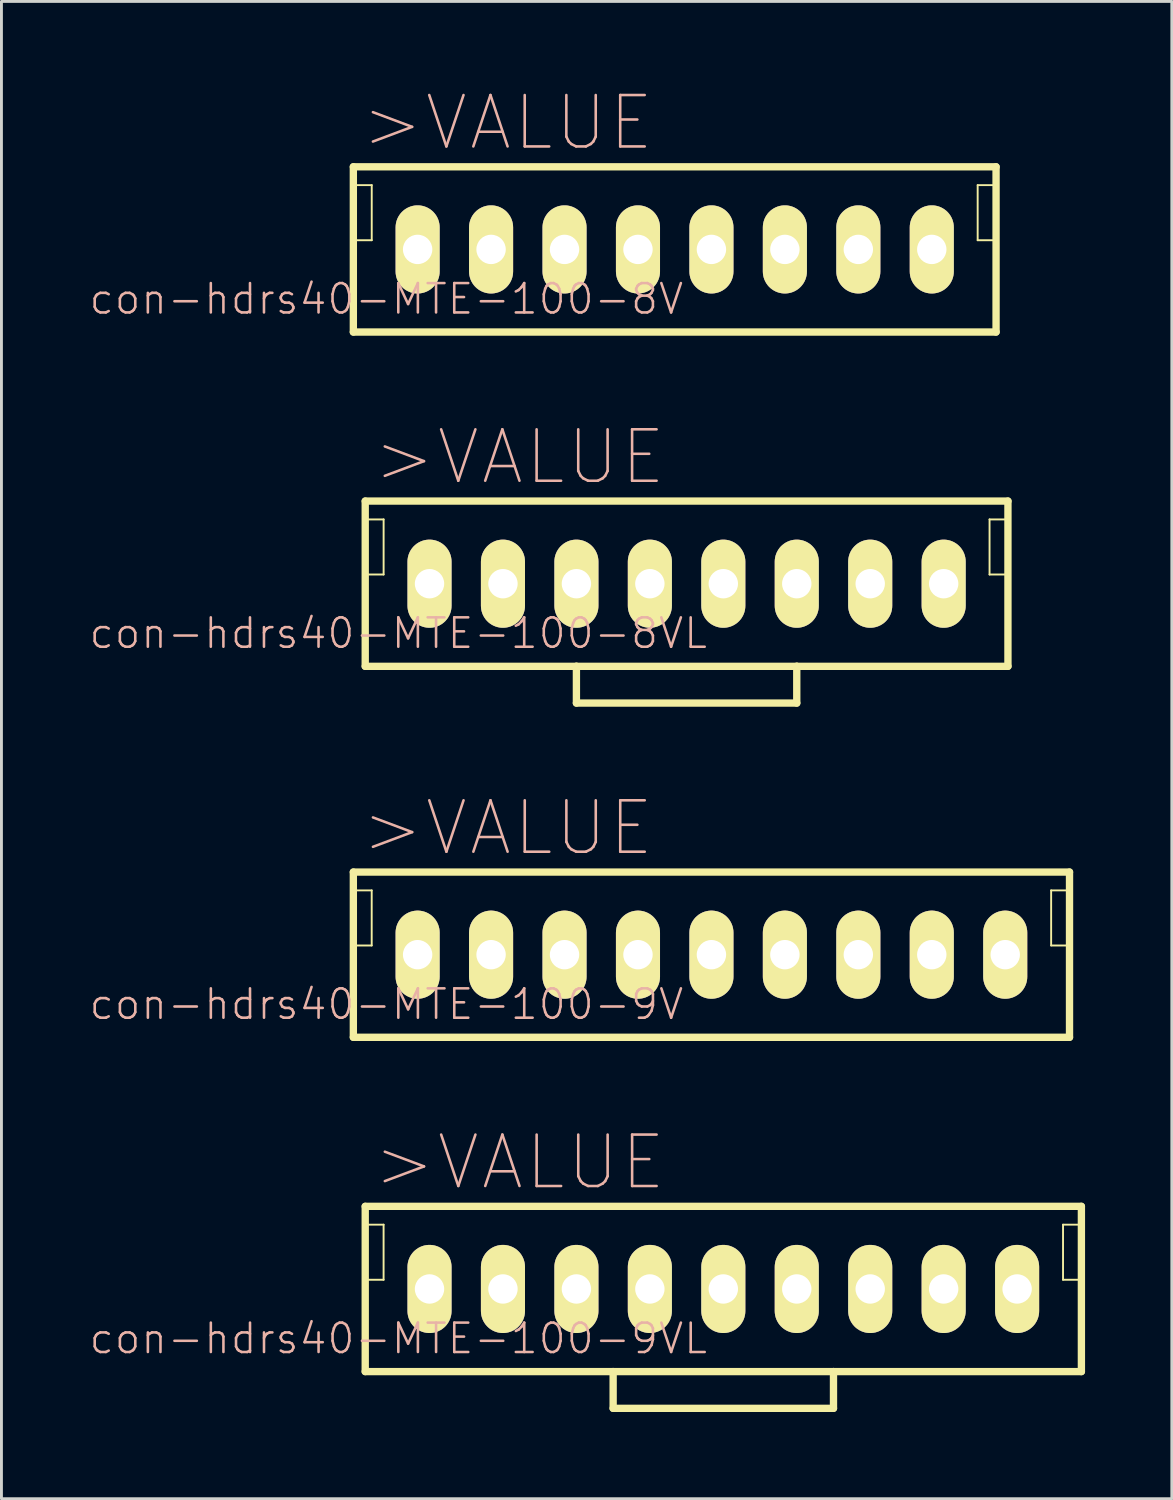
<source format=kicad_pcb>
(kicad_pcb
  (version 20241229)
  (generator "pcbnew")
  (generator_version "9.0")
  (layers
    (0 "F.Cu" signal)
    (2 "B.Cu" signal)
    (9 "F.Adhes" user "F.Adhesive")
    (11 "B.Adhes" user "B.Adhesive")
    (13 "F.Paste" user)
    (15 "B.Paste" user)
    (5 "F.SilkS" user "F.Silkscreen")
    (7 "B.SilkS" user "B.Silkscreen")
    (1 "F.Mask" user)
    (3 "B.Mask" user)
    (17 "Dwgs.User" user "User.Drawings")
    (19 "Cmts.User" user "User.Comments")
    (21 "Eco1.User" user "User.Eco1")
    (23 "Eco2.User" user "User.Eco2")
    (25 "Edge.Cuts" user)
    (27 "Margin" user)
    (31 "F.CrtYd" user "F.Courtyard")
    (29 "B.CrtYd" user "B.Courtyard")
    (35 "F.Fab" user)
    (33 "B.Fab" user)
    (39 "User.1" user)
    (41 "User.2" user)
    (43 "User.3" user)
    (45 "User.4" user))
  (footprint "con-hdrs40-MTE-100-9V"
    (layer "F.Cu")
    (at 21.552 29.964)
    (property "Reference" "con-hdrs40-MTE-100-9V" (at -11.239 1.714 0) (layer "B.SilkS") (effects (font (size 1.016 1.016) (thickness 0.089))))
    (attr exclude_from_pos_files exclude_from_bom)
    (fp_line (start -12.383 -2.857) (end -12.383 2.857) (stroke (width 0.254) (type solid)) (layer "F.SilkS"))
    (fp_line (start -12.383 -2.223) (end -11.748 -2.223) (stroke (width 0.066) (type solid)) (layer "F.SilkS"))
    (fp_line (start -12.383 -0.318) (end -12.383 -2.223) (stroke (width 0.066) (type solid)) (layer "F.SilkS"))
    (fp_line (start -12.383 -0.318) (end -11.748 -0.318) (stroke (width 0.066) (type solid)) (layer "F.SilkS"))
    (fp_line (start -12.383 2.857) (end 12.383 2.857) (stroke (width 0.254) (type solid)) (layer "F.SilkS"))
    (fp_line (start -11.748 -0.318) (end -11.748 -2.223) (stroke (width 0.066) (type solid)) (layer "F.SilkS"))
    (fp_line (start 11.748 -2.223) (end 12.383 -2.223) (stroke (width 0.066) (type solid)) (layer "F.SilkS"))
    (fp_line (start 11.748 -0.318) (end 11.748 -2.223) (stroke (width 0.066) (type solid)) (layer "F.SilkS"))
    (fp_line (start 11.748 -0.318) (end 12.383 -0.318) (stroke (width 0.066) (type solid)) (layer "F.SilkS"))
    (fp_line (start 12.383 -2.857) (end -12.383 -2.857) (stroke (width 0.254) (type solid)) (layer "F.SilkS"))
    (fp_line (start 12.383 -0.318) (end 12.383 -2.223) (stroke (width 0.066) (type solid)) (layer "F.SilkS"))
    (fp_line (start 12.383 2.857) (end 12.383 -2.857) (stroke (width 0.254) (type solid)) (layer "F.SilkS"))
    (fp_text user ">VALUE" (at -7.048 -4.379 0) (layer "B.SilkS") (effects (font (size 1.778 1.778) (thickness 0.089))))
    (pad "1" thru_hole oval (at -10.16 0) (size 1.524 3.048) (drill 1.016) (layers "*.Cu" "F.Mask" "F.SilkS" "F.Paste"))
    (pad "2" thru_hole oval (at -7.62 0) (size 1.524 3.048) (drill 1.016) (layers "*.Cu" "F.Mask" "F.SilkS" "F.Paste"))
    (pad "3" thru_hole oval (at -5.08 0) (size 1.524 3.048) (drill 1.016) (layers "*.Cu" "F.Mask" "F.SilkS" "F.Paste"))
    (pad "4" thru_hole oval (at -2.54 0) (size 1.524 3.048) (drill 1.016) (layers "*.Cu" "F.Mask" "F.SilkS" "F.Paste"))
    (pad "5" thru_hole oval (at 0 0) (size 1.524 3.048) (drill 1.016) (layers "*.Cu" "F.Mask" "F.SilkS" "F.Paste"))
    (pad "6" thru_hole oval (at 2.54 0) (size 1.524 3.048) (drill 1.016) (layers "*.Cu" "F.Mask" "F.SilkS" "F.Paste"))
    (pad "7" thru_hole oval (at 5.08 0) (size 1.524 3.048) (drill 1.016) (layers "*.Cu" "F.Mask" "F.SilkS" "F.Paste"))
    (pad "8" thru_hole oval (at 7.62 0) (size 1.524 3.048) (drill 1.016) (layers "*.Cu" "F.Mask" "F.SilkS" "F.Paste"))
    (pad "9" thru_hole oval (at 10.16 0) (size 1.524 3.048) (drill 1.016) (layers "*.Cu" "F.Mask" "F.SilkS" "F.Paste")))
  (footprint "con-hdrs40-MTE-100-8V"
    (layer "F.Cu")
    (at 20.282 5.575)
    (property "Reference" "con-hdrs40-MTE-100-8V" (at -9.97 1.714 0) (layer "B.SilkS") (effects (font (size 1.016 1.016) (thickness 0.089))))
    (attr exclude_from_pos_files exclude_from_bom)
    (fp_line (start -11.113 -2.857) (end -11.113 2.857) (stroke (width 0.254) (type solid)) (layer "F.SilkS"))
    (fp_line (start -11.113 -2.223) (end -10.477 -2.223) (stroke (width 0.066) (type solid)) (layer "F.SilkS"))
    (fp_line (start -11.113 -0.318) (end -11.113 -2.223) (stroke (width 0.066) (type solid)) (layer "F.SilkS"))
    (fp_line (start -11.113 -0.318) (end -10.477 -0.318) (stroke (width 0.066) (type solid)) (layer "F.SilkS"))
    (fp_line (start -11.113 2.857) (end 11.113 2.857) (stroke (width 0.254) (type solid)) (layer "F.SilkS"))
    (fp_line (start -10.477 -0.318) (end -10.477 -2.223) (stroke (width 0.066) (type solid)) (layer "F.SilkS"))
    (fp_line (start 10.477 -2.223) (end 11.113 -2.223) (stroke (width 0.066) (type solid)) (layer "F.SilkS"))
    (fp_line (start 10.477 -0.318) (end 10.477 -2.223) (stroke (width 0.066) (type solid)) (layer "F.SilkS"))
    (fp_line (start 10.477 -0.318) (end 11.113 -0.318) (stroke (width 0.066) (type solid)) (layer "F.SilkS"))
    (fp_line (start 11.113 -2.857) (end -11.113 -2.857) (stroke (width 0.254) (type solid)) (layer "F.SilkS"))
    (fp_line (start 11.113 -0.318) (end 11.113 -2.223) (stroke (width 0.066) (type solid)) (layer "F.SilkS"))
    (fp_line (start 11.113 2.857) (end 11.113 -2.857) (stroke (width 0.254) (type solid)) (layer "F.SilkS"))
    (fp_text user ">VALUE" (at -5.779 -4.379 0) (layer "B.SilkS") (effects (font (size 1.778 1.778) (thickness 0.089))))
    (pad "1" thru_hole oval (at -8.89 0) (size 1.524 3.048) (drill 1.016) (layers "*.Cu" "F.Mask" "F.SilkS" "F.Paste"))
    (pad "2" thru_hole oval (at -6.35 0) (size 1.524 3.048) (drill 1.016) (layers "*.Cu" "F.Mask" "F.SilkS" "F.Paste"))
    (pad "3" thru_hole oval (at -3.81 0) (size 1.524 3.048) (drill 1.016) (layers "*.Cu" "F.Mask" "F.SilkS" "F.Paste"))
    (pad "4" thru_hole oval (at -1.27 0) (size 1.524 3.048) (drill 1.016) (layers "*.Cu" "F.Mask" "F.SilkS" "F.Paste"))
    (pad "5" thru_hole oval (at 1.27 0) (size 1.524 3.048) (drill 1.016) (layers "*.Cu" "F.Mask" "F.SilkS" "F.Paste"))
    (pad "6" thru_hole oval (at 3.81 0) (size 1.524 3.048) (drill 1.016) (layers "*.Cu" "F.Mask" "F.SilkS" "F.Paste"))
    (pad "7" thru_hole oval (at 6.35 0) (size 1.524 3.048) (drill 1.016) (layers "*.Cu" "F.Mask" "F.SilkS" "F.Paste"))
    (pad "8" thru_hole oval (at 8.89 0) (size 1.524 3.048) (drill 1.016) (layers "*.Cu" "F.Mask" "F.SilkS" "F.Paste")))
  (footprint "con-hdrs40-MTE-100-9VL"
    (layer "F.Cu")
    (at 21.963 41.524)
    (property "Reference" "con-hdrs40-MTE-100-9VL" (at -11.239 1.714 0) (layer "B.SilkS") (effects (font (size 1.016 1.016) (thickness 0.089))))
    (attr exclude_from_pos_files exclude_from_bom)
    (fp_line (start -12.383 -2.857) (end -12.383 2.857) (stroke (width 0.254) (type solid)) (layer "F.SilkS"))
    (fp_line (start -12.383 -2.223) (end -11.748 -2.223) (stroke (width 0.066) (type solid)) (layer "F.SilkS"))
    (fp_line (start -12.383 -0.318) (end -12.383 -2.223) (stroke (width 0.066) (type solid)) (layer "F.SilkS"))
    (fp_line (start -12.383 -0.318) (end -11.748 -0.318) (stroke (width 0.066) (type solid)) (layer "F.SilkS"))
    (fp_line (start -12.383 2.857) (end -3.81 2.857) (stroke (width 0.254) (type solid)) (layer "F.SilkS"))
    (fp_line (start -11.748 -0.318) (end -11.748 -2.223) (stroke (width 0.066) (type solid)) (layer "F.SilkS"))
    (fp_line (start -3.81 2.857) (end 3.81 2.857) (stroke (width 0.254) (type solid)) (layer "F.SilkS"))
    (fp_line (start -3.81 4.128) (end -3.81 2.857) (stroke (width 0.254) (type solid)) (layer "F.SilkS"))
    (fp_line (start 3.81 2.857) (end 3.81 4.128) (stroke (width 0.254) (type solid)) (layer "F.SilkS"))
    (fp_line (start 3.81 2.857) (end 12.383 2.857) (stroke (width 0.254) (type solid)) (layer "F.SilkS"))
    (fp_line (start 3.81 4.128) (end -3.81 4.128) (stroke (width 0.254) (type solid)) (layer "F.SilkS"))
    (fp_line (start 11.748 -2.223) (end 12.383 -2.223) (stroke (width 0.066) (type solid)) (layer "F.SilkS"))
    (fp_line (start 11.748 -0.318) (end 11.748 -2.223) (stroke (width 0.066) (type solid)) (layer "F.SilkS"))
    (fp_line (start 11.748 -0.318) (end 12.383 -0.318) (stroke (width 0.066) (type solid)) (layer "F.SilkS"))
    (fp_line (start 12.383 -2.857) (end -12.383 -2.857) (stroke (width 0.254) (type solid)) (layer "F.SilkS"))
    (fp_line (start 12.383 -0.318) (end 12.383 -2.223) (stroke (width 0.066) (type solid)) (layer "F.SilkS"))
    (fp_line (start 12.383 2.857) (end 12.383 -2.857) (stroke (width 0.254) (type solid)) (layer "F.SilkS"))
    (fp_text user ">VALUE" (at -7.048 -4.379 0) (layer "B.SilkS") (effects (font (size 1.778 1.778) (thickness 0.089))))
    (pad "1" thru_hole oval (at -10.16 0) (size 1.524 3.048) (drill 1.016) (layers "*.Cu" "F.Mask" "F.SilkS" "F.Paste"))
    (pad "2" thru_hole oval (at -7.62 0) (size 1.524 3.048) (drill 1.016) (layers "*.Cu" "F.Mask" "F.SilkS" "F.Paste"))
    (pad "3" thru_hole oval (at -5.08 0) (size 1.524 3.048) (drill 1.016) (layers "*.Cu" "F.Mask" "F.SilkS" "F.Paste"))
    (pad "4" thru_hole oval (at -2.54 0) (size 1.524 3.048) (drill 1.016) (layers "*.Cu" "F.Mask" "F.SilkS" "F.Paste"))
    (pad "5" thru_hole oval (at 0 0) (size 1.524 3.048) (drill 1.016) (layers "*.Cu" "F.Mask" "F.SilkS" "F.Paste"))
    (pad "6" thru_hole oval (at 2.54 0) (size 1.524 3.048) (drill 1.016) (layers "*.Cu" "F.Mask" "F.SilkS" "F.Paste"))
    (pad "7" thru_hole oval (at 5.08 0) (size 1.524 3.048) (drill 1.016) (layers "*.Cu" "F.Mask" "F.SilkS" "F.Paste"))
    (pad "8" thru_hole oval (at 7.62 0) (size 1.524 3.048) (drill 1.016) (layers "*.Cu" "F.Mask" "F.SilkS" "F.Paste"))
    (pad "9" thru_hole oval (at 10.16 0) (size 1.524 3.048) (drill 1.016) (layers "*.Cu" "F.Mask" "F.SilkS" "F.Paste")))
  (footprint "con-hdrs40-MTE-100-8VL"
    (layer "F.Cu")
    (at 20.693 17.135)
    (property "Reference" "con-hdrs40-MTE-100-8VL" (at -9.97 1.714 0) (layer "B.SilkS") (effects (font (size 1.016 1.016) (thickness 0.089))))
    (attr exclude_from_pos_files exclude_from_bom)
    (fp_line (start -11.113 -2.857) (end -11.113 2.857) (stroke (width 0.254) (type solid)) (layer "F.SilkS"))
    (fp_line (start -11.113 -2.223) (end -10.477 -2.223) (stroke (width 0.066) (type solid)) (layer "F.SilkS"))
    (fp_line (start -11.113 -0.318) (end -11.113 -2.223) (stroke (width 0.066) (type solid)) (layer "F.SilkS"))
    (fp_line (start -11.113 -0.318) (end -10.477 -0.318) (stroke (width 0.066) (type solid)) (layer "F.SilkS"))
    (fp_line (start -11.113 2.857) (end -3.81 2.857) (stroke (width 0.254) (type solid)) (layer "F.SilkS"))
    (fp_line (start -10.477 -0.318) (end -10.477 -2.223) (stroke (width 0.066) (type solid)) (layer "F.SilkS"))
    (fp_line (start -3.81 2.857) (end 3.81 2.857) (stroke (width 0.254) (type solid)) (layer "F.SilkS"))
    (fp_line (start -3.81 4.128) (end -3.81 2.857) (stroke (width 0.254) (type solid)) (layer "F.SilkS"))
    (fp_line (start 3.81 2.857) (end 3.81 4.128) (stroke (width 0.254) (type solid)) (layer "F.SilkS"))
    (fp_line (start 3.81 2.857) (end 11.113 2.857) (stroke (width 0.254) (type solid)) (layer "F.SilkS"))
    (fp_line (start 3.81 4.128) (end -3.81 4.128) (stroke (width 0.254) (type solid)) (layer "F.SilkS"))
    (fp_line (start 10.477 -2.223) (end 11.113 -2.223) (stroke (width 0.066) (type solid)) (layer "F.SilkS"))
    (fp_line (start 10.477 -0.318) (end 10.477 -2.223) (stroke (width 0.066) (type solid)) (layer "F.SilkS"))
    (fp_line (start 10.477 -0.318) (end 11.113 -0.318) (stroke (width 0.066) (type solid)) (layer "F.SilkS"))
    (fp_line (start 11.113 -2.857) (end -11.113 -2.857) (stroke (width 0.254) (type solid)) (layer "F.SilkS"))
    (fp_line (start 11.113 -0.318) (end 11.113 -2.223) (stroke (width 0.066) (type solid)) (layer "F.SilkS"))
    (fp_line (start 11.113 2.857) (end 11.113 -2.857) (stroke (width 0.254) (type solid)) (layer "F.SilkS"))
    (fp_text user ">VALUE" (at -5.779 -4.379 0) (layer "B.SilkS") (effects (font (size 1.778 1.778) (thickness 0.089))))
    (pad "1" thru_hole oval (at -8.89 0) (size 1.524 3.048) (drill 1.016) (layers "*.Cu" "F.Mask" "F.SilkS" "F.Paste"))
    (pad "2" thru_hole oval (at -6.35 0) (size 1.524 3.048) (drill 1.016) (layers "*.Cu" "F.Mask" "F.SilkS" "F.Paste"))
    (pad "3" thru_hole oval (at -3.81 0) (size 1.524 3.048) (drill 1.016) (layers "*.Cu" "F.Mask" "F.SilkS" "F.Paste"))
    (pad "4" thru_hole oval (at -1.27 0) (size 1.524 3.048) (drill 1.016) (layers "*.Cu" "F.Mask" "F.SilkS" "F.Paste"))
    (pad "5" thru_hole oval (at 1.27 0) (size 1.524 3.048) (drill 1.016) (layers "*.Cu" "F.Mask" "F.SilkS" "F.Paste"))
    (pad "6" thru_hole oval (at 3.81 0) (size 1.524 3.048) (drill 1.016) (layers "*.Cu" "F.Mask" "F.SilkS" "F.Paste"))
    (pad "7" thru_hole oval (at 6.35 0) (size 1.524 3.048) (drill 1.016) (layers "*.Cu" "F.Mask" "F.SilkS" "F.Paste"))
    (pad "8" thru_hole oval (at 8.89 0) (size 1.524 3.048) (drill 1.016) (layers "*.Cu" "F.Mask" "F.SilkS" "F.Paste")))
  (gr_rect
    (start -3 -3)
    (end 37.473 48.778)
    (stroke (width 0.1) (type default))
    (fill no)
    (layer "Edge.Cuts")))
</source>
